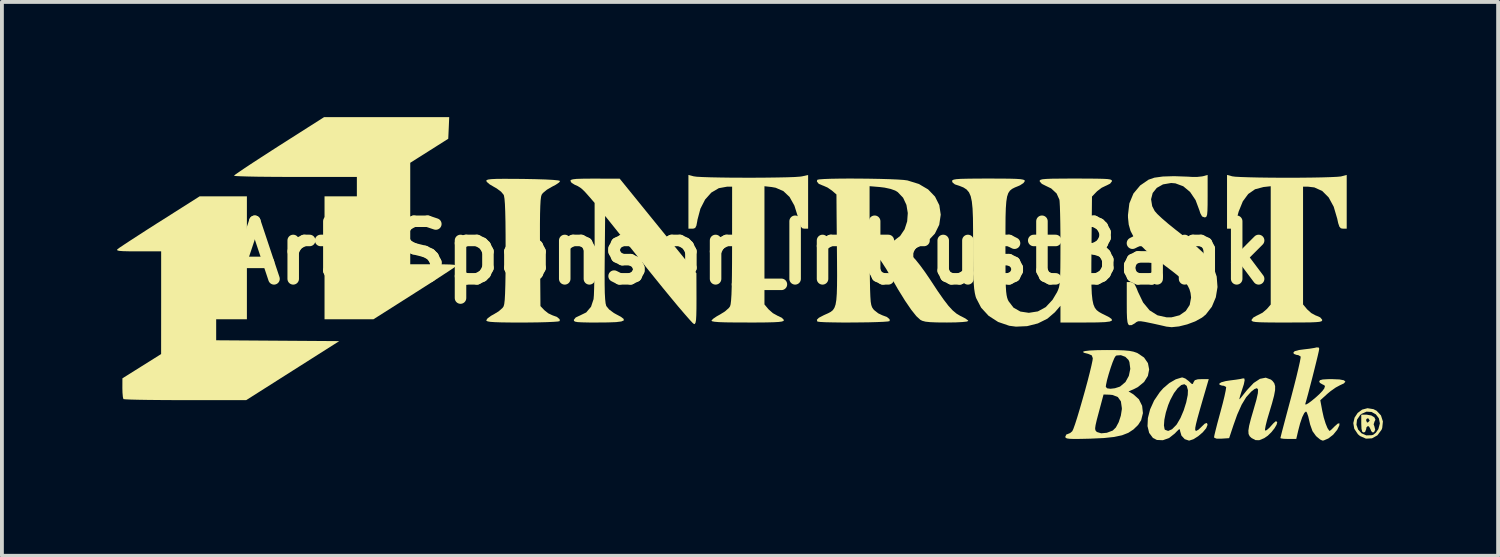
<source format=kicad_pcb>
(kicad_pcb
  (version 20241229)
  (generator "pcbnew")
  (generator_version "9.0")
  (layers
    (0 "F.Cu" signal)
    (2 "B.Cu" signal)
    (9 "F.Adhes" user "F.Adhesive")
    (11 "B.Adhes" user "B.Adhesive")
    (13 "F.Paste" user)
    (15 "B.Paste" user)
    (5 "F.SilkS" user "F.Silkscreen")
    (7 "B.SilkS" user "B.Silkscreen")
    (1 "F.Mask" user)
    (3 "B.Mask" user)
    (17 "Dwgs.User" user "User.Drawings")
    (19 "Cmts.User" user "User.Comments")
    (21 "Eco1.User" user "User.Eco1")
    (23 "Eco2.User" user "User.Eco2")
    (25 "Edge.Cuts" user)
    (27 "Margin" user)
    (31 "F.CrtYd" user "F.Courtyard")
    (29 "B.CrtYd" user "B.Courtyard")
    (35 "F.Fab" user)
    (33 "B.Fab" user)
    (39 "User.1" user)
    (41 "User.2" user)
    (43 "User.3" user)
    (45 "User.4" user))
  (footprint "Art_Sponsor_IntrustBank"
    (layer "F.Cu")
    (at 16.48 4.212)
    (property "Reference" "Art_Sponsor_IntrustBank" (at -0.001 -0.678 0) (layer "F.SilkS") (effects (font (size 1.5 1.5) (thickness 0.3))))
    (attr board_only exclude_from_pos_files exclude_from_bom)
    (fp_poly (pts (xy 16.183 3.558) (xy 16.264 3.607) (xy 16.291 3.67) (xy 16.268 3.715) (xy 16.244 3.788) (xy 16.263 3.84) (xy 16.285 3.93) (xy 16.255 3.991) (xy 16.22 4.002) (xy 16.182 3.967) (xy 16.163 3.917) (xy 16.126 3.849) (xy 16.095 3.833) (xy 16.057 3.868) (xy 16.049 3.917) (xy 16.022 3.986) (xy 15.986 4.002) (xy 15.947 3.981) (xy 15.928 3.908) (xy 15.922 3.77) (xy 15.922 3.686) (xy 16.049 3.686) (xy 16.07 3.738) (xy 16.094 3.741) (xy 16.138 3.697) (xy 16.139 3.686) (xy 16.107 3.636) (xy 16.094 3.631) (xy 16.056 3.651) (xy 16.049 3.686) (xy 15.922 3.686) (xy 15.922 3.538) (xy 16.065 3.538)) (stroke (width 0) (type solid)) (fill yes) (layer "F.SilkS"))
    (fp_poly (pts (xy 16.24 3.394) (xy 16.322 3.436) (xy 16.435 3.557) (xy 16.486 3.715) (xy 16.468 3.884) (xy 16.45 3.931) (xy 16.342 4.076) (xy 16.201 4.154) (xy 16.044 4.162) (xy 15.89 4.094) (xy 15.835 4.047) (xy 15.74 3.905) (xy 15.722 3.801) (xy 15.797 3.801) (xy 15.84 3.925) (xy 15.929 4.023) (xy 16.053 4.077) (xy 16.2 4.072) (xy 16.236 4.06) (xy 16.303 4.006) (xy 16.367 3.913) (xy 16.407 3.764) (xy 16.38 3.632) (xy 16.302 3.529) (xy 16.19 3.467) (xy 16.059 3.459) (xy 15.926 3.518) (xy 15.894 3.546) (xy 15.811 3.669) (xy 15.797 3.801) (xy 15.722 3.801) (xy 15.715 3.756) (xy 15.748 3.614) (xy 15.828 3.493) (xy 15.944 3.406) (xy 16.085 3.369)) (stroke (width 0) (type solid)) (fill yes) (layer "F.SilkS"))
    (fp_poly (pts (xy -13.1 -0.548) (xy -13.1 1.053) (xy -13.5 1.053) (xy -13.9 1.053) (xy -13.9 1.326) (xy -13.9 1.6) (xy -12.298 1.611) (xy -10.695 1.622) (xy -11.906 2.39) (xy -13.118 3.159) (xy -14.702 3.159) (xy -15.06 3.158) (xy -15.391 3.156) (xy -15.685 3.153) (xy -15.934 3.149) (xy -16.128 3.144) (xy -16.258 3.138) (xy -16.314 3.132) (xy -16.316 3.131) (xy -16.33 3.077) (xy -16.34 2.965) (xy -16.343 2.847) (xy -16.342 2.591) (xy -15.838 2.275) (xy -15.334 1.959) (xy -15.333 0.621) (xy -15.333 -0.716) (xy -15.931 -0.716) (xy -16.167 -0.717) (xy -16.33 -0.721) (xy -16.429 -0.729) (xy -16.475 -0.742) (xy -16.48 -0.761) (xy -16.468 -0.774) (xy -16.418 -0.811) (xy -16.306 -0.886) (xy -16.142 -0.994) (xy -15.935 -1.128) (xy -15.695 -1.283) (xy -15.432 -1.451) (xy -15.369 -1.49) (xy -14.332 -2.148) (xy -13.716 -2.148) (xy -13.1 -2.148)) (stroke (width 0) (type solid)) (fill yes) (layer "F.SilkS"))
    (fp_poly (pts (xy -7.843 -3.93) (xy -7.856 -3.648) (xy -8.351 -3.335) (xy -8.846 -3.022) (xy -8.846 -1.701) (xy -8.846 -0.379) (xy -8.226 -0.379) (xy -7.985 -0.378) (xy -7.818 -0.374) (xy -7.714 -0.367) (xy -7.664 -0.355) (xy -7.656 -0.336) (xy -7.668 -0.321) (xy -7.718 -0.284) (xy -7.83 -0.209) (xy -7.995 -0.101) (xy -8.201 0.033) (xy -8.441 0.187) (xy -8.705 0.355) (xy -8.767 0.395) (xy -9.804 1.053) (xy -10.441 1.053) (xy -11.078 1.053) (xy -11.078 -0.548) (xy -11.078 -2.148) (xy -10.657 -2.148) (xy -10.236 -2.148) (xy -10.236 -2.401) (xy -10.236 -2.654) (xy -11.836 -2.654) (xy -12.194 -2.655) (xy -12.524 -2.657) (xy -12.817 -2.66) (xy -13.064 -2.665) (xy -13.256 -2.671) (xy -13.383 -2.677) (xy -13.436 -2.684) (xy -13.437 -2.685) (xy -13.403 -2.715) (xy -13.306 -2.783) (xy -13.154 -2.886) (xy -12.956 -3.017) (xy -12.719 -3.171) (xy -12.453 -3.343) (xy -12.263 -3.465) (xy -11.089 -4.212) (xy -9.46 -4.212) (xy -7.831 -4.212)) (stroke (width 0) (type solid)) (fill yes) (layer "F.SilkS"))
    (fp_poly (pts (xy -4.033 -2.61) (xy -3.391 -2.609) (xy -2.392 -1.378) (xy -1.393 -0.147) (xy -1.391 0.516) (xy -1.392 0.77) (xy -1.396 0.952) (xy -1.403 1.072) (xy -1.416 1.142) (xy -1.435 1.174) (xy -1.453 1.179) (xy -1.492 1.148) (xy -1.577 1.056) (xy -1.703 0.912) (xy -1.865 0.723) (xy -2.055 0.494) (xy -2.269 0.234) (xy -2.501 -0.053) (xy -2.643 -0.229) (xy -3.77 -1.638) (xy -3.781 -0.521) (xy -3.784 -0.152) (xy -3.783 0.141) (xy -3.779 0.366) (xy -3.77 0.529) (xy -3.758 0.639) (xy -3.741 0.705) (xy -3.739 0.709) (xy -3.666 0.798) (xy -3.543 0.889) (xy -3.486 0.921) (xy -3.357 0.99) (xy -3.288 1.044) (xy -3.284 1.083) (xy -3.348 1.11) (xy -3.485 1.127) (xy -3.699 1.135) (xy -3.942 1.137) (xy -4.191 1.137) (xy -4.367 1.133) (xy -4.483 1.127) (xy -4.55 1.115) (xy -4.58 1.097) (xy -4.585 1.071) (xy -4.584 1.066) (xy -4.537 1.007) (xy -4.443 0.962) (xy -4.439 0.961) (xy -4.263 0.875) (xy -4.137 0.726) (xy -4.071 0.527) (xy -4.071 0.521) (xy -4.063 0.427) (xy -4.057 0.262) (xy -4.052 0.039) (xy -4.047 -0.227) (xy -4.045 -0.524) (xy -4.044 -0.826) (xy -4.044 -1.977) (xy -4.181 -2.136) (xy -4.302 -2.272) (xy -4.395 -2.359) (xy -4.482 -2.415) (xy -4.56 -2.449) (xy -4.643 -2.499) (xy -4.676 -2.553) (xy -4.661 -2.576) (xy -4.611 -2.592) (xy -4.515 -2.603) (xy -4.36 -2.608) (xy -4.136 -2.61)) (stroke (width 0) (type solid)) (fill yes) (layer "F.SilkS"))
    (fp_poly (pts (xy -6.162 -2.604) (xy -5.911 -2.602) (xy -5.59 -2.596) (xy -5.326 -2.588) (xy -5.126 -2.577) (xy -4.996 -2.564) (xy -4.943 -2.55) (xy -4.943 -2.548) (xy -4.97 -2.509) (xy -5.055 -2.451) (xy -5.15 -2.401) (xy -5.286 -2.322) (xy -5.39 -2.236) (xy -5.424 -2.19) (xy -5.439 -2.138) (xy -5.451 -2.042) (xy -5.459 -1.898) (xy -5.465 -1.698) (xy -5.468 -1.434) (xy -5.468 -1.1) (xy -5.466 -0.689) (xy -5.466 -0.688) (xy -5.455 0.709) (xy -5.356 0.814) (xy -5.253 0.897) (xy -5.146 0.948) (xy -5.025 0.993) (xy -4.956 1.05) (xy -4.952 1.1) (xy -4.999 1.111) (xy -5.118 1.12) (xy -5.297 1.128) (xy -5.523 1.134) (xy -5.784 1.137) (xy -5.921 1.137) (xy -6.234 1.137) (xy -6.472 1.134) (xy -6.644 1.128) (xy -6.761 1.12) (xy -6.83 1.108) (xy -6.861 1.091) (xy -6.866 1.079) (xy -6.831 1.028) (xy -6.742 0.963) (xy -6.666 0.921) (xy -6.54 0.844) (xy -6.443 0.758) (xy -6.414 0.716) (xy -6.398 0.657) (xy -6.385 0.548) (xy -6.376 0.381) (xy -6.369 0.152) (xy -6.364 -0.146) (xy -6.362 -0.52) (xy -6.362 -0.737) (xy -6.363 -1.15) (xy -6.366 -1.486) (xy -6.372 -1.749) (xy -6.38 -1.946) (xy -6.391 -2.083) (xy -6.405 -2.167) (xy -6.414 -2.19) (xy -6.481 -2.27) (xy -6.595 -2.355) (xy -6.666 -2.395) (xy -6.778 -2.461) (xy -6.851 -2.524) (xy -6.866 -2.554) (xy -6.854 -2.573) (xy -6.813 -2.587) (xy -6.732 -2.597) (xy -6.603 -2.603) (xy -6.416 -2.605)) (stroke (width 0) (type solid)) (fill yes) (layer "F.SilkS"))
    (fp_poly (pts (xy 11.342 2.597) (xy 11.431 2.665) (xy 11.435 2.669) (xy 11.503 2.733) (xy 11.536 2.738) (xy 11.555 2.69) (xy 11.588 2.639) (xy 11.666 2.616) (xy 11.763 2.612) (xy 11.95 2.612) (xy 11.793 3.149) (xy 11.713 3.427) (xy 11.655 3.635) (xy 11.618 3.782) (xy 11.599 3.878) (xy 11.597 3.933) (xy 11.609 3.956) (xy 11.623 3.96) (xy 11.68 3.93) (xy 11.755 3.86) (xy 11.76 3.854) (xy 11.848 3.77) (xy 11.903 3.754) (xy 11.919 3.802) (xy 11.883 3.891) (xy 11.794 3.997) (xy 11.675 4.099) (xy 11.551 4.177) (xy 11.443 4.212) (xy 11.433 4.212) (xy 11.324 4.175) (xy 11.239 4.083) (xy 11.205 3.967) (xy 11.199 3.92) (xy 11.171 3.922) (xy 11.11 3.981) (xy 11.068 4.026) (xy 10.918 4.145) (xy 10.755 4.203) (xy 10.599 4.196) (xy 10.496 4.143) (xy 10.398 4.012) (xy 10.355 3.835) (xy 10.356 3.818) (xy 10.783 3.818) (xy 10.8 3.916) (xy 10.811 3.931) (xy 10.893 3.961) (xy 10.994 3.917) (xy 11.105 3.805) (xy 11.121 3.783) (xy 11.214 3.624) (xy 11.298 3.425) (xy 11.364 3.215) (xy 11.403 3.024) (xy 11.408 2.9) (xy 11.376 2.787) (xy 11.316 2.744) (xy 11.236 2.765) (xy 11.143 2.845) (xy 11.044 2.976) (xy 10.949 3.154) (xy 10.894 3.287) (xy 10.832 3.484) (xy 10.794 3.668) (xy 10.783 3.818) (xy 10.356 3.818) (xy 10.365 3.626) (xy 10.423 3.399) (xy 10.527 3.169) (xy 10.675 2.951) (xy 10.765 2.849) (xy 10.923 2.714) (xy 11.09 2.617) (xy 11.24 2.571) (xy 11.268 2.569)) (stroke (width 0) (type solid)) (fill yes) (layer "F.SilkS"))
    (fp_poly (pts (xy 15.543 -2.006) (xy 15.543 -1.306) (xy 15.446 -1.306) (xy 15.391 -1.316) (xy 15.353 -1.358) (xy 15.321 -1.451) (xy 15.296 -1.567) (xy 15.204 -1.879) (xy 15.073 -2.12) (xy 14.905 -2.288) (xy 14.7 -2.381) (xy 14.53 -2.401) (xy 14.406 -2.401) (xy 14.406 -0.867) (xy 14.406 0.667) (xy 14.515 0.797) (xy 14.621 0.892) (xy 14.74 0.956) (xy 14.757 0.961) (xy 14.853 1.004) (xy 14.903 1.063) (xy 14.904 1.066) (xy 14.902 1.089) (xy 14.881 1.107) (xy 14.829 1.12) (xy 14.737 1.128) (xy 14.596 1.134) (xy 14.394 1.136) (xy 14.123 1.137) (xy 13.985 1.137) (xy 13.68 1.137) (xy 13.45 1.135) (xy 13.284 1.131) (xy 13.173 1.124) (xy 13.106 1.113) (xy 13.073 1.097) (xy 13.064 1.076) (xy 13.065 1.067) (xy 13.111 1.008) (xy 13.206 0.955) (xy 13.221 0.949) (xy 13.351 0.882) (xy 13.463 0.786) (xy 13.464 0.785) (xy 13.564 0.669) (xy 13.564 -0.871) (xy 13.564 -2.412) (xy 13.375 -2.391) (xy 13.156 -2.333) (xy 12.978 -2.21) (xy 12.837 -2.018) (xy 12.729 -1.752) (xy 12.69 -1.607) (xy 12.65 -1.45) (xy 12.616 -1.359) (xy 12.579 -1.317) (xy 12.528 -1.306) (xy 12.523 -1.306) (xy 12.426 -1.306) (xy 12.426 -2.006) (xy 12.426 -2.706) (xy 12.563 -2.67) (xy 12.639 -2.66) (xy 12.787 -2.652) (xy 12.996 -2.645) (xy 13.255 -2.639) (xy 13.55 -2.635) (xy 13.872 -2.633) (xy 13.985 -2.633) (xy 14.312 -2.634) (xy 14.618 -2.637) (xy 14.89 -2.642) (xy 15.117 -2.649) (xy 15.288 -2.657) (xy 15.389 -2.666) (xy 15.406 -2.67) (xy 15.543 -2.706)) (stroke (width 0) (type solid)) (fill yes) (layer "F.SilkS"))
    (fp_poly (pts (xy -1.464 -2.67) (xy -1.382 -2.659) (xy -1.229 -2.651) (xy -1.019 -2.644) (xy -0.763 -2.639) (xy -0.476 -2.635) (xy -0.171 -2.634) (xy 0.139 -2.634) (xy 0.441 -2.636) (xy 0.722 -2.64) (xy 0.969 -2.645) (xy 1.167 -2.652) (xy 1.306 -2.662) (xy 1.358 -2.669) (xy 1.516 -2.705) (xy 1.516 -2.006) (xy 1.516 -1.306) (xy 1.42 -1.306) (xy 1.368 -1.315) (xy 1.329 -1.355) (xy 1.295 -1.441) (xy 1.256 -1.592) (xy 1.253 -1.607) (xy 1.159 -1.907) (xy 1.033 -2.132) (xy 0.872 -2.285) (xy 0.672 -2.372) (xy 0.568 -2.391) (xy 0.379 -2.412) (xy 0.379 -0.872) (xy 0.379 0.667) (xy 0.486 0.794) (xy 0.597 0.893) (xy 0.727 0.965) (xy 0.739 0.969) (xy 0.834 1.016) (xy 0.883 1.068) (xy 0.885 1.077) (xy 0.873 1.097) (xy 0.831 1.112) (xy 0.749 1.123) (xy 0.618 1.13) (xy 0.429 1.135) (xy 0.172 1.137) (xy -0.067 1.137) (xy -0.388 1.136) (xy -0.633 1.133) (xy -0.809 1.127) (xy -0.924 1.117) (xy -0.986 1.104) (xy -1.001 1.087) (xy -1.001 1.086) (xy -0.956 1.039) (xy -0.86 0.974) (xy -0.777 0.928) (xy -0.65 0.849) (xy -0.551 0.762) (xy -0.517 0.716) (xy -0.502 0.662) (xy -0.49 0.561) (xy -0.48 0.407) (xy -0.473 0.194) (xy -0.468 -0.084) (xy -0.465 -0.433) (xy -0.464 -0.86) (xy -0.464 -0.895) (xy -0.463 -2.401) (xy -0.591 -2.401) (xy -0.81 -2.361) (xy -1.004 -2.247) (xy -1.166 -2.066) (xy -1.289 -1.827) (xy -1.366 -1.537) (xy -1.37 -1.506) (xy -1.394 -1.384) (xy -1.426 -1.324) (xy -1.48 -1.306) (xy -1.5 -1.306) (xy -1.601 -1.306) (xy -1.601 -2.006) (xy -1.601 -2.706)) (stroke (width 0) (type solid)) (fill yes) (layer "F.SilkS"))
    (fp_poly (pts (xy 13.569 2.624) (xy 13.611 2.659) (xy 13.656 2.718) (xy 13.679 2.794) (xy 13.678 2.898) (xy 13.651 3.043) (xy 13.598 3.242) (xy 13.523 3.492) (xy 13.47 3.671) (xy 13.433 3.819) (xy 13.415 3.919) (xy 13.416 3.952) (xy 13.458 3.941) (xy 13.529 3.879) (xy 13.56 3.844) (xy 13.637 3.759) (xy 13.693 3.711) (xy 13.703 3.707) (xy 13.734 3.733) (xy 13.716 3.801) (xy 13.661 3.894) (xy 13.581 3.994) (xy 13.487 4.086) (xy 13.395 4.149) (xy 13.267 4.202) (xy 13.17 4.201) (xy 13.067 4.147) (xy 13.016 4.1) (xy 12.987 4.04) (xy 12.982 3.952) (xy 13.002 3.825) (xy 13.048 3.644) (xy 13.12 3.398) (xy 13.123 3.387) (xy 13.192 3.147) (xy 13.229 2.98) (xy 13.234 2.882) (xy 13.205 2.847) (xy 13.142 2.87) (xy 13.052 2.941) (xy 12.925 3.082) (xy 12.807 3.277) (xy 12.691 3.537) (xy 12.593 3.812) (xy 12.481 4.149) (xy 12.285 4.162) (xy 12.156 4.162) (xy 12.096 4.14) (xy 12.089 4.119) (xy 12.1 4.061) (xy 12.13 3.937) (xy 12.174 3.764) (xy 12.23 3.557) (xy 12.257 3.458) (xy 12.314 3.244) (xy 12.36 3.057) (xy 12.39 2.915) (xy 12.403 2.831) (xy 12.402 2.816) (xy 12.346 2.786) (xy 12.294 2.78) (xy 12.231 2.759) (xy 12.226 2.727) (xy 12.275 2.695) (xy 12.387 2.664) (xy 12.51 2.645) (xy 12.659 2.626) (xy 12.778 2.607) (xy 12.833 2.594) (xy 12.875 2.593) (xy 12.885 2.64) (xy 12.864 2.745) (xy 12.809 2.916) (xy 12.804 2.93) (xy 12.766 3.051) (xy 12.748 3.125) (xy 12.754 3.137) (xy 12.797 3.084) (xy 12.874 2.987) (xy 12.948 2.895) (xy 13.12 2.712) (xy 13.284 2.604) (xy 13.435 2.574)) (stroke (width 0) (type solid)) (fill yes) (layer "F.SilkS"))
    (fp_poly (pts (xy 14.818 1.791) (xy 14.827 1.823) (xy 14.817 1.879) (xy 14.79 1.999) (xy 14.749 2.168) (xy 14.699 2.369) (xy 14.645 2.584) (xy 14.589 2.798) (xy 14.538 2.993) (xy 14.494 3.154) (xy 14.463 3.262) (xy 14.478 3.276) (xy 14.537 3.245) (xy 14.626 3.18) (xy 14.728 3.096) (xy 14.829 3.005) (xy 14.911 2.919) (xy 14.959 2.854) (xy 14.978 2.788) (xy 14.927 2.754) (xy 14.915 2.751) (xy 14.844 2.709) (xy 14.827 2.67) (xy 14.848 2.639) (xy 14.918 2.621) (xy 15.05 2.613) (xy 15.164 2.612) (xy 15.355 2.62) (xy 15.47 2.642) (xy 15.509 2.678) (xy 15.468 2.724) (xy 15.364 2.773) (xy 15.256 2.831) (xy 15.124 2.924) (xy 15.041 2.993) (xy 14.855 3.162) (xy 14.907 3.441) (xy 14.945 3.611) (xy 14.993 3.766) (xy 15.042 3.887) (xy 15.086 3.953) (xy 15.1 3.96) (xy 15.138 3.932) (xy 15.208 3.863) (xy 15.224 3.846) (xy 15.31 3.77) (xy 15.354 3.763) (xy 15.351 3.818) (xy 15.297 3.929) (xy 15.291 3.937) (xy 15.191 4.059) (xy 15.065 4.157) (xy 14.944 4.209) (xy 14.91 4.212) (xy 14.852 4.185) (xy 14.768 4.116) (xy 14.743 4.093) (xy 14.652 3.967) (xy 14.59 3.792) (xy 14.572 3.713) (xy 14.54 3.579) (xy 14.507 3.485) (xy 14.483 3.454) (xy 14.438 3.493) (xy 14.385 3.601) (xy 14.329 3.765) (xy 14.281 3.949) (xy 14.229 4.17) (xy 14.023 4.17) (xy 13.904 4.166) (xy 13.829 4.155) (xy 13.816 4.146) (xy 13.827 4.101) (xy 13.856 3.985) (xy 13.902 3.811) (xy 13.961 3.588) (xy 14.03 3.329) (xy 14.093 3.094) (xy 14.167 2.811) (xy 14.232 2.555) (xy 14.284 2.337) (xy 14.322 2.168) (xy 14.342 2.059) (xy 14.343 2.022) (xy 14.283 1.987) (xy 14.235 1.98) (xy 14.168 1.955) (xy 14.153 1.922) (xy 14.188 1.884) (xy 14.297 1.854) (xy 14.427 1.837) (xy 14.578 1.819) (xy 14.702 1.799) (xy 14.763 1.785)) (stroke (width 0) (type solid)) (fill yes) (layer "F.SilkS"))
    (fp_poly (pts (xy 11.921 -2.153) (xy 11.92 -1.928) (xy 11.916 -1.774) (xy 11.908 -1.678) (xy 11.893 -1.626) (xy 11.869 -1.605) (xy 11.838 -1.601) (xy 11.776 -1.625) (xy 11.73 -1.709) (xy 11.708 -1.78) (xy 11.607 -2.051) (xy 11.463 -2.264) (xy 11.286 -2.411) (xy 11.081 -2.487) (xy 10.97 -2.496) (xy 10.759 -2.46) (xy 10.597 -2.369) (xy 10.49 -2.236) (xy 10.448 -2.073) (xy 10.477 -1.893) (xy 10.543 -1.765) (xy 10.611 -1.688) (xy 10.732 -1.574) (xy 10.89 -1.438) (xy 11.069 -1.293) (xy 11.122 -1.252) (xy 11.4 -1.034) (xy 11.617 -0.853) (xy 11.784 -0.7) (xy 11.909 -0.563) (xy 12.004 -0.435) (xy 12.069 -0.319) (xy 12.157 -0.059) (xy 12.178 0.214) (xy 12.134 0.481) (xy 12.031 0.726) (xy 11.873 0.93) (xy 11.773 1.011) (xy 11.597 1.108) (xy 11.389 1.186) (xy 11.176 1.239) (xy 10.984 1.259) (xy 10.847 1.244) (xy 10.788 1.23) (xy 10.67 1.203) (xy 10.513 1.168) (xy 10.457 1.156) (xy 10.287 1.121) (xy 10.178 1.104) (xy 10.11 1.106) (xy 10.063 1.127) (xy 10.027 1.157) (xy 9.943 1.205) (xy 9.879 1.207) (xy 9.852 1.183) (xy 9.834 1.128) (xy 9.822 1.029) (xy 9.816 0.872) (xy 9.815 0.644) (xy 9.815 0.633) (xy 9.815 0.084) (xy 9.914 0.084) (xy 9.975 0.097) (xy 10.023 0.147) (xy 10.073 0.251) (xy 10.106 0.336) (xy 10.24 0.615) (xy 10.41 0.821) (xy 10.616 0.95) (xy 10.855 1.003) (xy 10.981 1.002) (xy 11.19 0.949) (xy 11.351 0.837) (xy 11.454 0.68) (xy 11.49 0.488) (xy 11.476 0.369) (xy 11.447 0.268) (xy 11.402 0.177) (xy 11.33 0.084) (xy 11.22 -0.021) (xy 11.062 -0.151) (xy 10.846 -0.316) (xy 10.834 -0.324) (xy 10.534 -0.555) (xy 10.299 -0.753) (xy 10.122 -0.928) (xy 9.996 -1.089) (xy 9.913 -1.248) (xy 9.866 -1.413) (xy 9.847 -1.595) (xy 9.846 -1.661) (xy 9.882 -1.964) (xy 9.988 -2.221) (xy 10.164 -2.432) (xy 10.383 -2.583) (xy 10.535 -2.635) (xy 10.755 -2.665) (xy 11.046 -2.674) (xy 11.414 -2.661) (xy 11.5 -2.655) (xy 11.646 -2.654) (xy 11.776 -2.668) (xy 11.805 -2.674) (xy 11.921 -2.706)) (stroke (width 0) (type solid)) (fill yes) (layer "F.SilkS"))
    (fp_poly (pts (xy 9.555 1.856) (xy 9.745 1.863) (xy 9.883 1.876) (xy 9.988 1.896) (xy 10.075 1.926) (xy 10.096 1.935) (xy 10.265 2.049) (xy 10.366 2.195) (xy 10.398 2.36) (xy 10.365 2.528) (xy 10.266 2.686) (xy 10.104 2.819) (xy 10.019 2.863) (xy 9.861 2.933) (xy 9.986 3.007) (xy 10.131 3.137) (xy 10.215 3.307) (xy 10.236 3.497) (xy 10.189 3.683) (xy 10.11 3.805) (xy 9.991 3.921) (xy 9.856 4.01) (xy 9.692 4.074) (xy 9.485 4.118) (xy 9.222 4.146) (xy 8.889 4.161) (xy 8.877 4.162) (xy 8.626 4.168) (xy 8.447 4.17) (xy 8.328 4.166) (xy 8.257 4.156) (xy 8.223 4.139) (xy 8.214 4.114) (xy 8.214 4.112) (xy 8.242 4.053) (xy 8.271 4.044) (xy 8.341 4.015) (xy 8.395 3.969) (xy 8.424 3.909) (xy 8.43 3.891) (xy 8.991 3.891) (xy 8.997 3.941) (xy 9.02 3.973) (xy 9.041 3.99) (xy 9.149 4.023) (xy 9.296 4.009) (xy 9.45 3.951) (xy 9.531 3.871) (xy 9.605 3.733) (xy 9.66 3.565) (xy 9.687 3.394) (xy 9.687 3.366) (xy 9.662 3.191) (xy 9.582 3.078) (xy 9.442 3.024) (xy 9.366 3.017) (xy 9.21 3.012) (xy 9.087 3.473) (xy 9.034 3.672) (xy 9.003 3.807) (xy 8.991 3.891) (xy 8.43 3.891) (xy 8.469 3.783) (xy 8.526 3.605) (xy 8.591 3.388) (xy 8.66 3.149) (xy 8.73 2.902) (xy 8.754 2.812) (xy 9.269 2.812) (xy 9.303 2.851) (xy 9.39 2.863) (xy 9.507 2.849) (xy 9.626 2.811) (xy 9.647 2.8) (xy 9.78 2.688) (xy 9.869 2.527) (xy 9.907 2.344) (xy 9.884 2.167) (xy 9.86 2.112) (xy 9.778 2.031) (xy 9.662 1.988) (xy 9.55 1.996) (xy 9.527 2.008) (xy 9.493 2.061) (xy 9.446 2.173) (xy 9.394 2.322) (xy 9.343 2.486) (xy 9.3 2.641) (xy 9.274 2.766) (xy 9.269 2.812) (xy 8.754 2.812) (xy 8.795 2.661) (xy 8.851 2.442) (xy 8.895 2.258) (xy 8.923 2.126) (xy 8.93 2.066) (xy 8.903 1.993) (xy 8.811 1.954) (xy 8.804 1.952) (xy 8.698 1.925) (xy 8.673 1.9) (xy 8.726 1.881) (xy 8.853 1.866) (xy 9.05 1.857) (xy 9.299 1.854)) (stroke (width 0) (type solid)) (fill yes) (layer "F.SilkS"))
    (fp_poly (pts (xy 2.842 -2.611) (xy 3.117 -2.608) (xy 3.384 -2.603) (xy 3.63 -2.596) (xy 3.84 -2.587) (xy 4.003 -2.576) (xy 4.102 -2.563) (xy 4.399 -2.471) (xy 4.641 -2.329) (xy 4.821 -2.142) (xy 4.933 -1.919) (xy 4.97 -1.671) (xy 4.931 -1.409) (xy 4.818 -1.178) (xy 4.639 -0.988) (xy 4.401 -0.848) (xy 4.245 -0.795) (xy 4.059 -0.745) (xy 4.227 -0.593) (xy 4.314 -0.5) (xy 4.431 -0.354) (xy 4.562 -0.175) (xy 4.694 0.019) (xy 4.709 0.042) (xy 4.894 0.323) (xy 5.046 0.54) (xy 5.172 0.704) (xy 5.281 0.822) (xy 5.381 0.906) (xy 5.48 0.965) (xy 5.504 0.976) (xy 5.612 1.032) (xy 5.677 1.08) (xy 5.687 1.097) (xy 5.646 1.113) (xy 5.534 1.125) (xy 5.362 1.134) (xy 5.142 1.137) (xy 5.116 1.137) (xy 4.871 1.135) (xy 4.695 1.128) (xy 4.573 1.115) (xy 4.49 1.093) (xy 4.44 1.068) (xy 4.335 0.972) (xy 4.201 0.804) (xy 4.041 0.57) (xy 3.859 0.276) (xy 3.71 0.017) (xy 3.553 -0.253) (xy 3.424 -0.452) (xy 3.319 -0.585) (xy 3.234 -0.656) (xy 3.176 -0.674) (xy 3.152 -0.664) (xy 3.135 -0.627) (xy 3.125 -0.552) (xy 3.12 -0.427) (xy 3.121 -0.24) (xy 3.125 0.018) (xy 3.13 0.275) (xy 3.137 0.462) (xy 3.146 0.593) (xy 3.161 0.681) (xy 3.182 0.741) (xy 3.212 0.787) (xy 3.237 0.815) (xy 3.34 0.897) (xy 3.447 0.948) (xy 3.568 0.993) (xy 3.637 1.05) (xy 3.641 1.1) (xy 3.594 1.11) (xy 3.478 1.119) (xy 3.308 1.126) (xy 3.098 1.132) (xy 2.863 1.135) (xy 2.618 1.137) (xy 2.378 1.137) (xy 2.157 1.134) (xy 1.971 1.13) (xy 1.835 1.123) (xy 1.763 1.114) (xy 1.756 1.11) (xy 1.744 1.066) (xy 1.797 1.013) (xy 1.924 0.947) (xy 1.957 0.932) (xy 2.04 0.895) (xy 2.107 0.859) (xy 2.161 0.815) (xy 2.201 0.754) (xy 2.231 0.669) (xy 2.251 0.549) (xy 2.263 0.388) (xy 2.269 0.175) (xy 2.271 -0.098) (xy 2.269 -0.439) (xy 2.266 -0.778) (xy 2.258 -1.643) (xy 3.117 -1.643) (xy 3.117 -0.873) (xy 3.371 -0.899) (xy 3.531 -0.924) (xy 3.676 -0.961) (xy 3.746 -0.989) (xy 3.913 -1.117) (xy 4.03 -1.292) (xy 4.096 -1.497) (xy 4.112 -1.714) (xy 4.077 -1.925) (xy 3.99 -2.112) (xy 3.851 -2.258) (xy 3.784 -2.299) (xy 3.667 -2.341) (xy 3.506 -2.376) (xy 3.382 -2.391) (xy 3.117 -2.413) (xy 3.117 -1.643) (xy 2.258 -1.643) (xy 2.254 -2.198) (xy 2.136 -2.299) (xy 2.023 -2.377) (xy 1.91 -2.427) (xy 1.904 -2.428) (xy 1.794 -2.474) (xy 1.745 -2.535) (xy 1.753 -2.578) (xy 1.801 -2.59) (xy 1.921 -2.599) (xy 2.097 -2.606) (xy 2.319 -2.61) (xy 2.571 -2.612)) (stroke (width 0) (type solid)) (fill yes) (layer "F.SilkS"))
    (fp_poly (pts (xy 8.796 -2.611) (xy 9.029 -2.609) (xy 9.198 -2.605) (xy 9.313 -2.599) (xy 9.383 -2.588) (xy 9.418 -2.573) (xy 9.429 -2.553) (xy 9.428 -2.539) (xy 9.381 -2.479) (xy 9.287 -2.431) (xy 9.28 -2.429) (xy 9.161 -2.372) (xy 9.043 -2.282) (xy 9.028 -2.267) (xy 8.909 -2.143) (xy 8.896 -0.829) (xy 8.893 -0.42) (xy 8.892 -0.087) (xy 8.895 0.18) (xy 8.904 0.388) (xy 8.921 0.547) (xy 8.946 0.665) (xy 8.982 0.751) (xy 9.03 0.814) (xy 9.092 0.862) (xy 9.168 0.905) (xy 9.214 0.927) (xy 9.347 0.994) (xy 9.42 1.046) (xy 9.431 1.084) (xy 9.375 1.111) (xy 9.248 1.127) (xy 9.045 1.135) (xy 8.762 1.137) (xy 8.762 1.137) (xy 8.088 1.137) (xy 8.088 0.919) (xy 8.088 0.701) (xy 7.942 0.871) (xy 7.747 1.038) (xy 7.5 1.161) (xy 7.22 1.232) (xy 6.93 1.245) (xy 6.754 1.222) (xy 6.465 1.123) (xy 6.217 0.963) (xy 6.022 0.751) (xy 5.892 0.5) (xy 5.878 0.458) (xy 5.858 0.371) (xy 5.841 0.259) (xy 5.829 0.113) (xy 5.821 -0.078) (xy 5.816 -0.325) (xy 5.813 -0.638) (xy 5.813 -0.894) (xy 5.812 -1.277) (xy 5.809 -1.585) (xy 5.799 -1.828) (xy 5.78 -2.014) (xy 5.75 -2.153) (xy 5.706 -2.253) (xy 5.644 -2.326) (xy 5.563 -2.379) (xy 5.459 -2.421) (xy 5.339 -2.46) (xy 5.277 -2.51) (xy 5.265 -2.547) (xy 5.274 -2.568) (xy 5.309 -2.584) (xy 5.377 -2.596) (xy 5.49 -2.604) (xy 5.658 -2.608) (xy 5.889 -2.611) (xy 6.195 -2.612) (xy 6.213 -2.612) (xy 6.523 -2.611) (xy 6.759 -2.609) (xy 6.93 -2.604) (xy 7.046 -2.596) (xy 7.116 -2.584) (xy 7.151 -2.569) (xy 7.161 -2.548) (xy 7.125 -2.495) (xy 7.035 -2.436) (xy 6.992 -2.417) (xy 6.901 -2.38) (xy 6.829 -2.343) (xy 6.772 -2.297) (xy 6.729 -2.233) (xy 6.698 -2.141) (xy 6.678 -2.013) (xy 6.665 -1.839) (xy 6.658 -1.61) (xy 6.656 -1.318) (xy 6.655 -0.952) (xy 6.655 -0.856) (xy 6.656 -0.49) (xy 6.657 -0.199) (xy 6.66 0.028) (xy 6.665 0.201) (xy 6.673 0.329) (xy 6.685 0.423) (xy 6.7 0.492) (xy 6.719 0.547) (xy 6.736 0.581) (xy 6.865 0.75) (xy 7.044 0.852) (xy 7.264 0.885) (xy 7.5 0.848) (xy 7.705 0.736) (xy 7.881 0.547) (xy 7.999 0.349) (xy 8.026 0.289) (xy 8.048 0.226) (xy 8.063 0.149) (xy 8.074 0.044) (xy 8.081 -0.097) (xy 8.085 -0.288) (xy 8.087 -0.54) (xy 8.088 -0.865) (xy 8.088 -0.878) (xy 8.087 -1.174) (xy 8.084 -1.449) (xy 8.079 -1.689) (xy 8.073 -1.881) (xy 8.066 -2.011) (xy 8.061 -2.06) (xy 7.988 -2.223) (xy 7.847 -2.354) (xy 7.702 -2.424) (xy 7.603 -2.474) (xy 7.549 -2.535) (xy 7.547 -2.542) (xy 7.549 -2.564) (xy 7.572 -2.581) (xy 7.625 -2.594) (xy 7.718 -2.602) (xy 7.861 -2.608) (xy 8.064 -2.61) (xy 8.338 -2.612) (xy 8.488 -2.612)) (stroke (width 0) (type solid)) (fill yes) (layer "F.SilkS")))
  (gr_rect
    (start -3 -3)
    (end 35.966 11.425)
    (stroke (width 0.1) (type default))
    (fill no)
    (layer "Edge.Cuts")))
</source>
